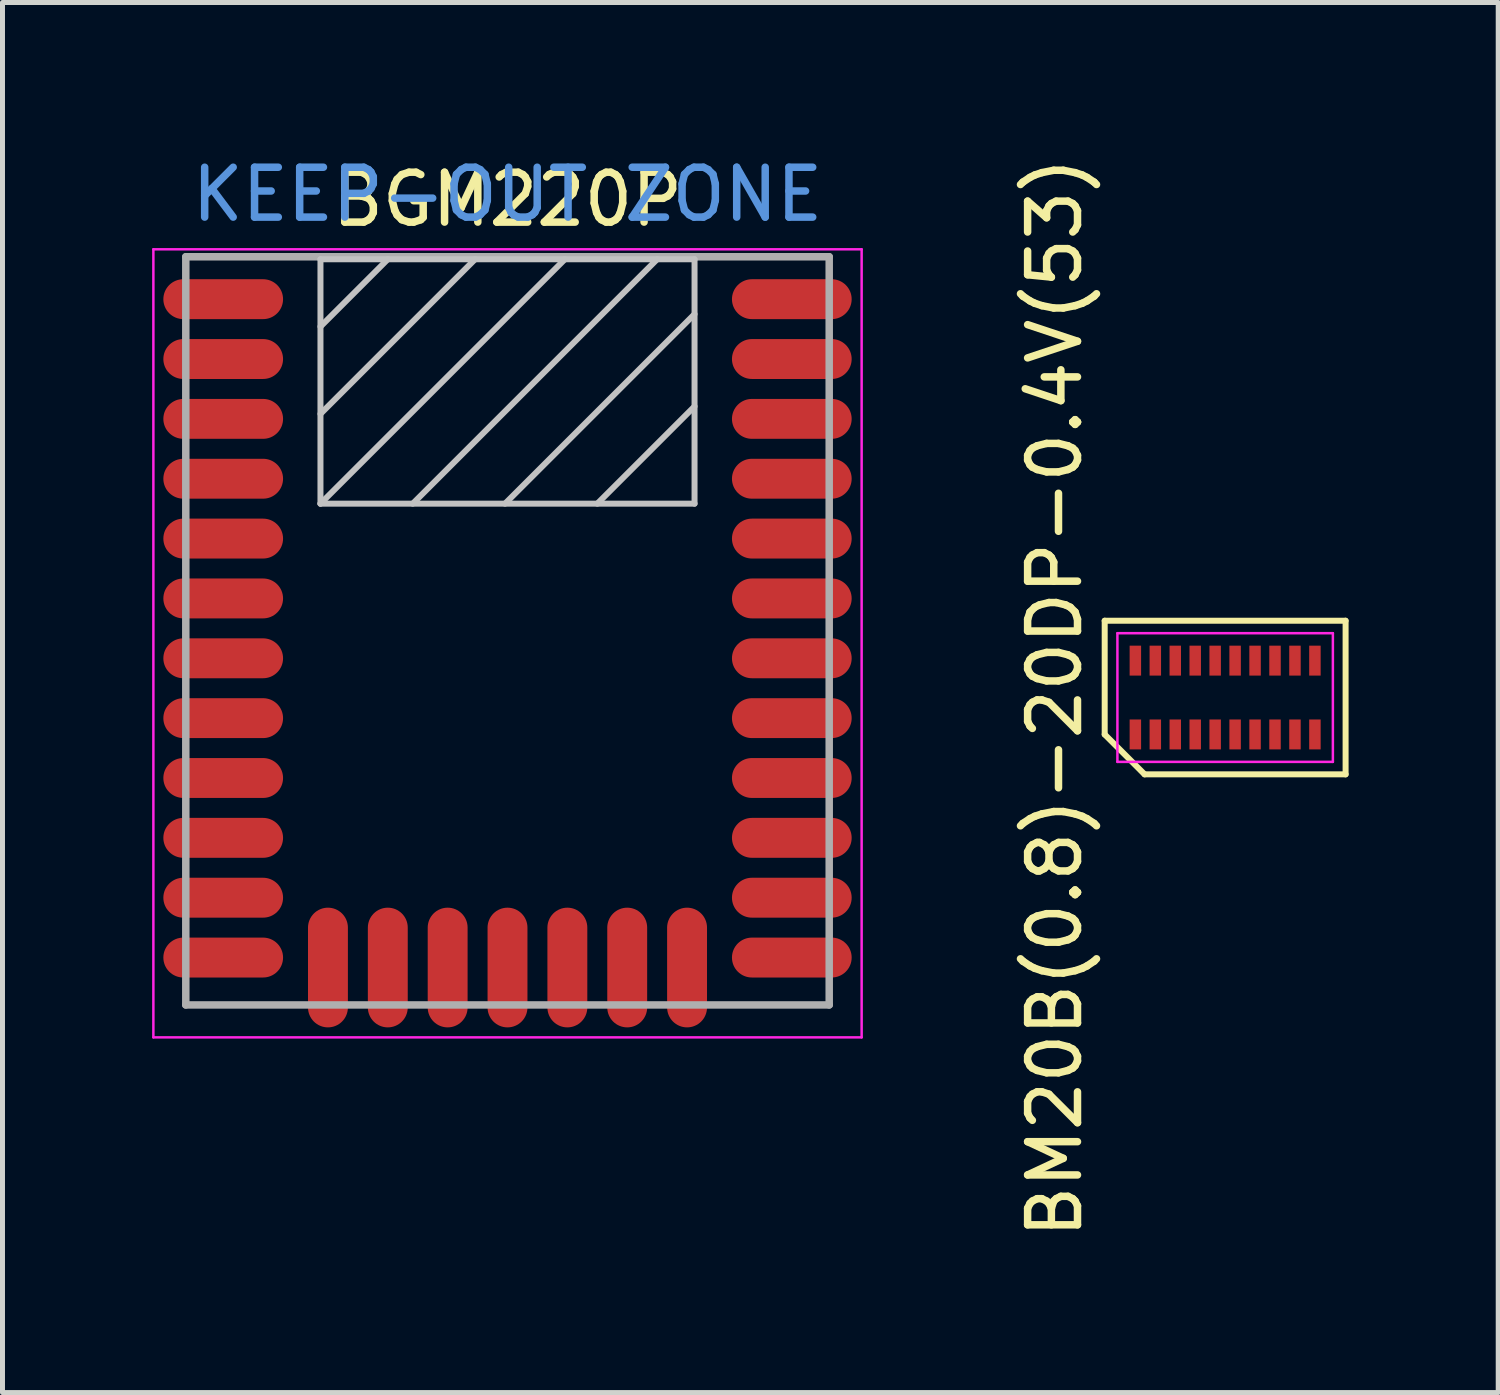
<source format=kicad_pcb>
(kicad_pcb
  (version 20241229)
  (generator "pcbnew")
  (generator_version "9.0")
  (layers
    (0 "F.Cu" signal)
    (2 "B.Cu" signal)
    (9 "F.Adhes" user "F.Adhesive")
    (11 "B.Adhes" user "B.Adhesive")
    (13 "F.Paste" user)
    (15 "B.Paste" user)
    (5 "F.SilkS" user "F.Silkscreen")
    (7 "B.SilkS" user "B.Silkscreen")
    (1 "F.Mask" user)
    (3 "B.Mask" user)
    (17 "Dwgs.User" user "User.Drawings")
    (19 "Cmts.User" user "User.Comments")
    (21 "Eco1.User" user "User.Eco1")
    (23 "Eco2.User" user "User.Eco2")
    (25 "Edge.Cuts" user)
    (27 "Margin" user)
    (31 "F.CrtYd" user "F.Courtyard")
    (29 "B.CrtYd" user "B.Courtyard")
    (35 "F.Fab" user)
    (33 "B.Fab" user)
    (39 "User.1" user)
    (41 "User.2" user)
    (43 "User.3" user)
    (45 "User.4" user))
  (footprint "BGM220P"
    (layer "F.Cu")
    (at 7.125 9.848)
    (property "Reference" "BGM220P" (at 0 -8.9 0) (layer "F.SilkS") (effects (font (size 1 1) (thickness 0.15))))
    (attr smd)
    (fp_line (start -3.75 -7.7) (end -3.75 -2.8) (stroke (width 0.12) (type solid)) (layer "Dwgs.User"))
    (fp_line (start -3.75 -6.35) (end -2.4 -7.7) (stroke (width 0.12) (type solid)) (layer "Dwgs.User"))
    (fp_line (start -3.75 -4.6) (end -0.65 -7.7) (stroke (width 0.12) (type solid)) (layer "Dwgs.User"))
    (fp_line (start -3.75 -2.8) (end 1.15 -7.7) (stroke (width 0.12) (type solid)) (layer "Dwgs.User"))
    (fp_line (start -3.75 -2.8) (end 3.75 -2.8) (stroke (width 0.12) (type solid)) (layer "Dwgs.User"))
    (fp_line (start -1.9 -2.8) (end 3 -7.7) (stroke (width 0.12) (type solid)) (layer "Dwgs.User"))
    (fp_line (start -0.05 -2.8) (end 3.75 -6.6) (stroke (width 0.12) (type solid)) (layer "Dwgs.User"))
    (fp_line (start 1.8 -2.8) (end 3.75 -4.75) (stroke (width 0.12) (type solid)) (layer "Dwgs.User"))
    (fp_line (start 3.75 -7.7) (end -3.75 -7.7) (stroke (width 0.12) (type solid)) (layer "Dwgs.User"))
    (fp_line (start 3.75 -2.8) (end 3.75 -7.7) (stroke (width 0.12) (type solid)) (layer "Dwgs.User"))
    (fp_line (start -7.1 -7.9) (end 7.1 -7.9) (stroke (width 0.05) (type solid)) (layer "F.CrtYd"))
    (fp_line (start -7.1 7.9) (end -7.1 -7.9) (stroke (width 0.05) (type solid)) (layer "F.CrtYd"))
    (fp_line (start 7.1 -7.9) (end 7.1 7.9) (stroke (width 0.05) (type solid)) (layer "F.CrtYd"))
    (fp_line (start 7.1 7.9) (end -7.1 7.9) (stroke (width 0.05) (type solid)) (layer "F.CrtYd"))
    (fp_line (start -6.45 -7.75) (end -6.45 7.25) (stroke (width 0.15) (type solid)) (layer "F.Fab"))
    (fp_line (start -6.45 -7.75) (end 6.45 -7.75) (stroke (width 0.15) (type solid)) (layer "F.Fab"))
    (fp_line (start -6.45 7.25) (end 6.45 7.25) (stroke (width 0.15) (type solid)) (layer "F.Fab"))
    (fp_line (start 6.45 7.25) (end 6.45 -7.75) (stroke (width 0.15) (type solid)) (layer "F.Fab"))
    (fp_text user "KEEP-OUT ZONE" (at 0 -9 0) (layer "Cmts.User") (effects (font (size 1 1) (thickness 0.15))))
    (pad "1" smd oval (at -5.7 -6.9 90) (size 0.8 2.4) (layers "F.Cu" "F.Mask" "F.Paste"))
    (pad "2" smd oval (at -5.7 -5.7 90) (size 0.8 2.4) (layers "F.Cu" "F.Mask" "F.Paste"))
    (pad "3" smd oval (at -5.7 -4.5 90) (size 0.8 2.4) (layers "F.Cu" "F.Mask" "F.Paste"))
    (pad "4" smd oval (at -5.7 -3.3 90) (size 0.8 2.4) (layers "F.Cu" "F.Mask" "F.Paste"))
    (pad "5" smd oval (at -5.7 -2.1 90) (size 0.8 2.4) (layers "F.Cu" "F.Mask" "F.Paste"))
    (pad "6" smd oval (at -5.7 -0.9 90) (size 0.8 2.4) (layers "F.Cu" "F.Mask" "F.Paste"))
    (pad "7" smd oval (at -5.7 0.3 90) (size 0.8 2.4) (layers "F.Cu" "F.Mask" "F.Paste"))
    (pad "8" smd oval (at -5.7 1.5 90) (size 0.8 2.4) (layers "F.Cu" "F.Mask" "F.Paste"))
    (pad "9" smd oval (at -5.7 2.7 90) (size 0.8 2.4) (layers "F.Cu" "F.Mask" "F.Paste"))
    (pad "10" smd oval (at -5.7 3.9 90) (size 0.8 2.4) (layers "F.Cu" "F.Mask" "F.Paste"))
    (pad "11" smd oval (at -5.7 5.1 90) (size 0.8 2.4) (layers "F.Cu" "F.Mask" "F.Paste"))
    (pad "12" smd oval (at -5.7 6.3 90) (size 0.8 2.4) (layers "F.Cu" "F.Mask" "F.Paste"))
    (pad "13" smd oval (at -3.6 6.5) (size 0.8 2.4) (layers "F.Cu" "F.Mask" "F.Paste"))
    (pad "14" smd oval (at -2.4 6.5) (size 0.8 2.4) (layers "F.Cu" "F.Mask" "F.Paste"))
    (pad "15" smd oval (at -1.2 6.5) (size 0.8 2.4) (layers "F.Cu" "F.Mask" "F.Paste"))
    (pad "16" smd oval (at 0 6.5) (size 0.8 2.4) (layers "F.Cu" "F.Mask" "F.Paste"))
    (pad "17" smd oval (at 1.2 6.5) (size 0.8 2.4) (layers "F.Cu" "F.Mask" "F.Paste"))
    (pad "18" smd oval (at 2.4 6.5) (size 0.8 2.4) (layers "F.Cu" "F.Mask" "F.Paste"))
    (pad "19" smd oval (at 3.6 6.5) (size 0.8 2.4) (layers "F.Cu" "F.Mask" "F.Paste"))
    (pad "20" smd oval (at 5.7 6.3 90) (size 0.8 2.4) (layers "F.Cu" "F.Mask" "F.Paste"))
    (pad "21" smd oval (at 5.7 5.1 90) (size 0.8 2.4) (layers "F.Cu" "F.Mask" "F.Paste"))
    (pad "22" smd oval (at 5.7 3.9 90) (size 0.8 2.4) (layers "F.Cu" "F.Mask" "F.Paste"))
    (pad "23" smd oval (at 5.7 2.7 90) (size 0.8 2.4) (layers "F.Cu" "F.Mask" "F.Paste"))
    (pad "24" smd oval (at 5.7 1.5 90) (size 0.8 2.4) (layers "F.Cu" "F.Mask" "F.Paste"))
    (pad "25" smd oval (at 5.7 0.3 90) (size 0.8 2.4) (layers "F.Cu" "F.Mask" "F.Paste"))
    (pad "26" smd oval (at 5.7 -0.9 90) (size 0.8 2.4) (layers "F.Cu" "F.Mask" "F.Paste"))
    (pad "27" smd oval (at 5.7 -2.1 90) (size 0.8 2.4) (layers "F.Cu" "F.Mask" "F.Paste"))
    (pad "28" smd oval (at 5.7 -3.3 90) (size 0.8 2.4) (layers "F.Cu" "F.Mask" "F.Paste"))
    (pad "29" smd oval (at 5.7 -4.5 90) (size 0.8 2.4) (layers "F.Cu" "F.Mask" "F.Paste"))
    (pad "30" smd oval (at 5.7 -5.7 90) (size 0.8 2.4) (layers "F.Cu" "F.Mask" "F.Paste"))
    (pad "31" smd oval (at 5.7 -6.9 90) (size 0.8 2.4) (layers "F.Cu" "F.Mask" "F.Paste")))
  (footprint "BM20B(0.8)-20DP-0.4V(53)"
    (layer "F.Cu")
    (at 21.513 10.935)
    (property "Reference" "BM20B(0.8)-20DP-0.4V(53)" (at -3.415 0 90) (layer "F.SilkS") (effects (font (size 1 1) (thickness 0.15))))
    (attr smd)
    (fp_line (start -2.415 -1.54) (end 2.415 -1.54) (stroke (width 0.12) (type solid)) (layer "F.SilkS"))
    (fp_line (start -2.415 0.74) (end -2.415 -1.54) (stroke (width 0.12) (type solid)) (layer "F.SilkS"))
    (fp_line (start -1.615 1.54) (end -2.415 0.74) (stroke (width 0.12) (type solid)) (layer "F.SilkS"))
    (fp_line (start 2.415 -1.54) (end 2.415 1.54) (stroke (width 0.12) (type solid)) (layer "F.SilkS"))
    (fp_line (start 2.415 1.54) (end -1.615 1.54) (stroke (width 0.12) (type solid)) (layer "F.SilkS"))
    (fp_line (start -2.16 -1.29) (end 2.16 -1.29) (stroke (width 0.05) (type solid)) (layer "F.CrtYd"))
    (fp_line (start -2.16 1.29) (end -2.16 -1.29) (stroke (width 0.05) (type solid)) (layer "F.CrtYd"))
    (fp_line (start 2.16 -1.29) (end 2.16 1.29) (stroke (width 0.05) (type solid)) (layer "F.CrtYd"))
    (fp_line (start 2.16 1.29) (end -2.16 1.29) (stroke (width 0.05) (type solid)) (layer "F.CrtYd"))
    (pad "1" smd rect (at -1.8 0.74) (size 0.23 0.6) (layers "F.Cu" "F.Mask" "F.Paste"))
    (pad "2" smd rect (at -1.4 0.74) (size 0.23 0.6) (layers "F.Cu" "F.Mask" "F.Paste"))
    (pad "3" smd rect (at -1 0.74) (size 0.23 0.6) (layers "F.Cu" "F.Mask" "F.Paste"))
    (pad "4" smd rect (at -0.6 0.74) (size 0.23 0.6) (layers "F.Cu" "F.Mask" "F.Paste"))
    (pad "5" smd rect (at -0.2 0.74) (size 0.23 0.6) (layers "F.Cu" "F.Mask" "F.Paste"))
    (pad "6" smd rect (at 0.2 0.74) (size 0.23 0.6) (layers "F.Cu" "F.Mask" "F.Paste"))
    (pad "7" smd rect (at 0.6 0.74) (size 0.23 0.6) (layers "F.Cu" "F.Mask" "F.Paste"))
    (pad "8" smd rect (at 1 0.74) (size 0.23 0.6) (layers "F.Cu" "F.Mask" "F.Paste"))
    (pad "9" smd rect (at 1.4 0.74) (size 0.23 0.6) (layers "F.Cu" "F.Mask" "F.Paste"))
    (pad "10" smd rect (at 1.8 0.74) (size 0.23 0.6) (layers "F.Cu" "F.Mask" "F.Paste"))
    (pad "11" smd rect (at 1.8 -0.74) (size 0.23 0.6) (layers "F.Cu" "F.Mask" "F.Paste"))
    (pad "12" smd rect (at 1.4 -0.74) (size 0.23 0.6) (layers "F.Cu" "F.Mask" "F.Paste"))
    (pad "13" smd rect (at 1 -0.74) (size 0.23 0.6) (layers "F.Cu" "F.Mask" "F.Paste"))
    (pad "14" smd rect (at 0.6 -0.74) (size 0.23 0.6) (layers "F.Cu" "F.Mask" "F.Paste"))
    (pad "15" smd rect (at 0.2 -0.74) (size 0.23 0.6) (layers "F.Cu" "F.Mask" "F.Paste"))
    (pad "16" smd rect (at -0.2 -0.74) (size 0.23 0.6) (layers "F.Cu" "F.Mask" "F.Paste"))
    (pad "17" smd rect (at -0.6 -0.74) (size 0.23 0.6) (layers "F.Cu" "F.Mask" "F.Paste"))
    (pad "18" smd rect (at -1 -0.74) (size 0.23 0.6) (layers "F.Cu" "F.Mask" "F.Paste"))
    (pad "19" smd rect (at -1.4 -0.74) (size 0.23 0.6) (layers "F.Cu" "F.Mask" "F.Paste"))
    (pad "20" smd rect (at -1.8 -0.74) (size 0.23 0.6) (layers "F.Cu" "F.Mask" "F.Paste")))
  (gr_rect
    (start -3 -3)
    (end 26.988 24.869)
    (stroke (width 0.1) (type default))
    (fill no)
    (layer "Edge.Cuts")))
</source>
